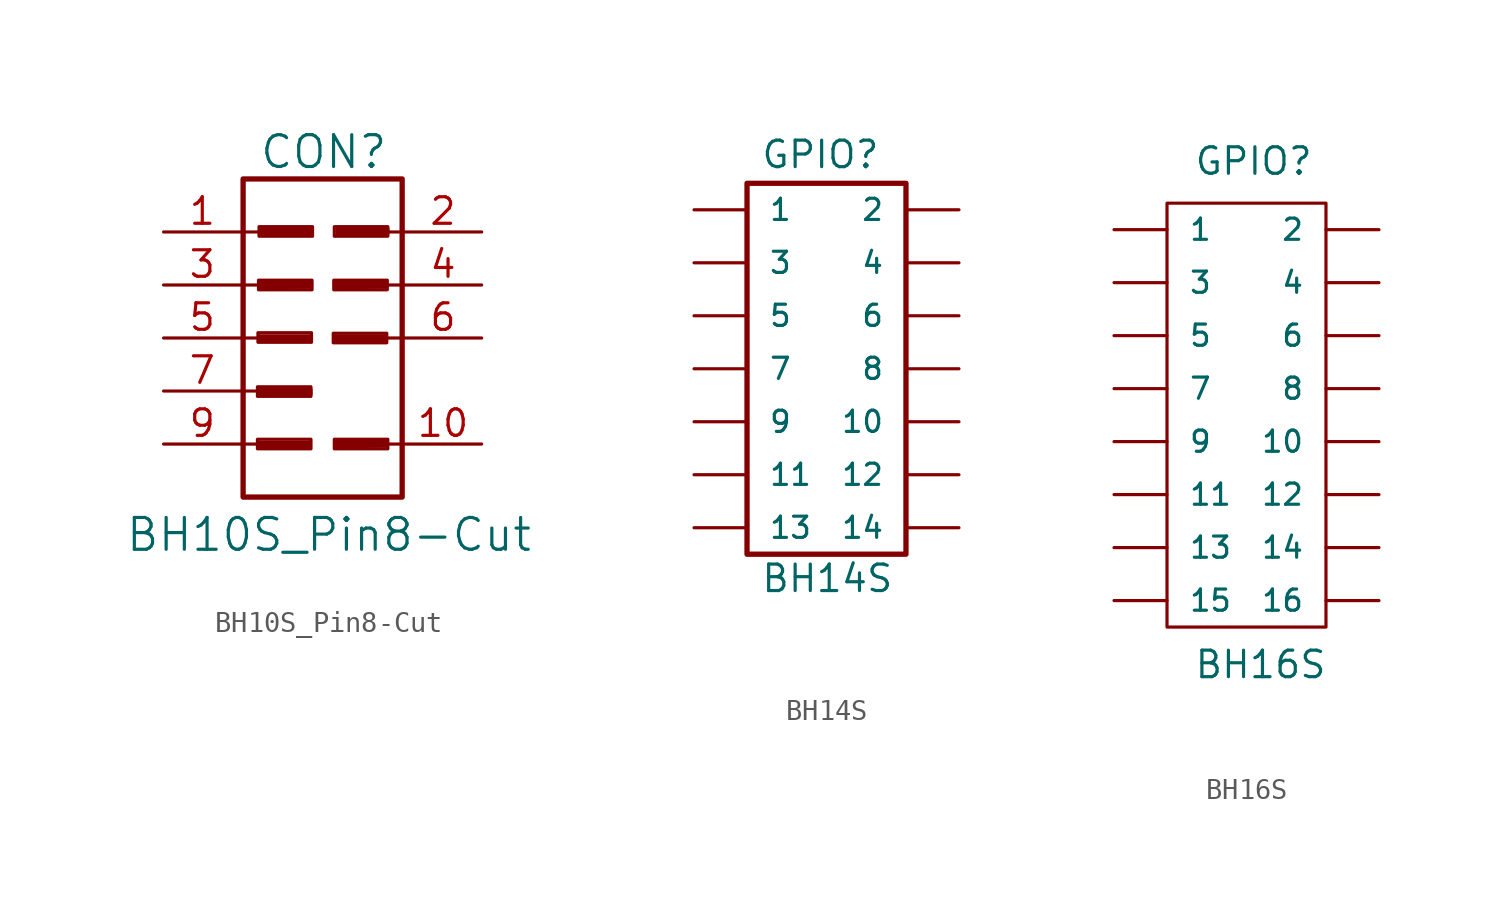
<source format=kicad_sym>
(kicad_symbol_lib
  (version 20211014)
  (generator kicad_symbol_editor)
  (symbol "BH10S_Pin8-Cut"
    (pin_names
      (offset 1.016) hide)
    (property "Reference" "CON"
      (at 0.051 8.915 0)
      (effects (font (size 1.524 1.524))))
    (property "Value" "BH10S_Pin8-Cut"
      (at 0.305 -9.423 0)
      (effects (font (size 1.524 1.524))))
    (property "Datasheet" ""
      (at -0.203 -1.194 0)
      (effects (font (size 1.524 1.524))))
    (symbol "BH10S_Pin8-Cut_0_0"
      (rectangle (start -3.124 -4.851) (end -0.559 -5.309) (stroke (width 0) (type default) (color 0 0 0 0)) (fill (type none)))
      (rectangle (start -3.124 -2.337) (end -0.559 -2.794) (stroke (width 0) (type default) (color 0 0 0 0)) (fill (type none)))
      (rectangle (start -3.099 0.254) (end -0.533 -0.203) (stroke (width 0) (type default) (color 0 0 0 0)) (fill (type none)))
      (rectangle (start -3.073 2.769) (end -0.508 2.311) (stroke (width 0) (type default) (color 0 0 0 0)) (fill (type none)))
      (rectangle (start -3.048 5.334) (end -0.483 4.877) (stroke (width 0) (type default) (color 0 0 0 0)) (fill (type none)))
      (polyline (pts (xy -3.023 -5.004) (xy -0.584 -5.004) (xy -0.584 -5.232) (xy -2.997 -5.258) (xy -3.023 -5.08) (xy -0.711 -5.08) (xy -0.711 -5.156) (xy -2.997 -5.105)) (stroke (width 0) (type default) (color 0 0 0 0)) (fill (type none)))
      (polyline (pts (xy -3.023 0.102) (xy -0.584 0.102) (xy -0.584 -0.127) (xy -2.997 -0.152) (xy -3.023 0.025) (xy -0.711 0.025) (xy -0.711 -0.051) (xy -2.997 0)) (stroke (width 0) (type default) (color 0 0 0 0)) (fill (type none)))
      (polyline (pts (xy -2.997 -2.464) (xy -0.559 -2.464) (xy -0.559 -2.692) (xy -2.972 -2.718) (xy -2.997 -2.54) (xy -0.686 -2.54) (xy -0.686 -2.616) (xy -2.972 -2.565)) (stroke (width 0) (type default) (color 0 0 0 0)) (fill (type none)))
      (polyline (pts (xy -2.972 2.667) (xy -0.533 2.667) (xy -0.533 2.438) (xy -2.946 2.413) (xy -2.972 2.591) (xy -0.66 2.591) (xy -0.66 2.515) (xy -2.946 2.565)) (stroke (width 0) (type default) (color 0 0 0 0)) (fill (type none)))
      (polyline (pts (xy -2.946 5.232) (xy -0.508 5.232) (xy -0.508 5.004) (xy -2.921 4.978) (xy -2.946 5.156) (xy -0.635 5.156) (xy -0.635 5.08) (xy -2.921 5.131)) (stroke (width 0) (type default) (color 0 0 0 0)) (fill (type none)))
      (polyline (pts (xy 0.559 0.102) (xy 2.997 0.102) (xy 2.997 -0.127) (xy 0.584 -0.152) (xy 0.559 0.025) (xy 2.87 0.025) (xy 2.87 -0.051) (xy 0.584 0)) (stroke (width 0) (type default) (color 0 0 0 0)) (fill (type none)))
      (polyline (pts (xy 0.584 2.667) (xy 3.023 2.667) (xy 3.023 2.438) (xy 0.61 2.413) (xy 0.584 2.591) (xy 2.896 2.591) (xy 2.896 2.515) (xy 0.61 2.565)) (stroke (width 0) (type default) (color 0 0 0 0)) (fill (type none)))
      (polyline (pts (xy 0.635 -4.953) (xy 3.073 -4.953) (xy 3.073 -5.182) (xy 0.66 -5.207) (xy 0.635 -5.029) (xy 2.946 -5.029) (xy 2.946 -5.105) (xy 0.66 -5.055)) (stroke (width 0) (type default) (color 0 0 0 0)) (fill (type none)))
      (polyline (pts (xy 0.686 5.232) (xy 3.124 5.232) (xy 3.124 5.004) (xy 0.711 4.978) (xy 0.686 5.156) (xy 2.997 5.156) (xy 2.997 5.08) (xy 0.711 5.131)) (stroke (width 0) (type default) (color 0 0 0 0)) (fill (type none)))
      (rectangle (start 0.508 0.229) (end 3.073 -0.229) (stroke (width 0) (type default) (color 0 0 0 0)) (fill (type none)))
      (rectangle (start 0.533 2.769) (end 3.099 2.311) (stroke (width 0) (type default) (color 0 0 0 0)) (fill (type none)))
      (rectangle (start 0.559 -4.851) (end 3.124 -5.309) (stroke (width 0) (type default) (color 0 0 0 0)) (fill (type none)))
      (rectangle (start 0.559 5.334) (end 3.124 4.877) (stroke (width 0) (type default) (color 0 0 0 0)) (fill (type none))))
    (symbol "BH10S_Pin8-Cut_0_1"
      (rectangle (start -3.81 7.62) (end 3.81 -7.62) (stroke (width 0.254) (type default) (color 0 0 0 0)) (fill (type none)))
      (polyline (pts (xy -3.81 -5.08) (xy -3.048 -5.08)) (stroke (width 0) (type default) (color 0 0 0 0)) (fill (type none)))
      (polyline (pts (xy -3.81 -2.54) (xy -3.048 -2.54)) (stroke (width 0) (type default) (color 0 0 0 0)) (fill (type none)))
      (polyline (pts (xy -3.81 0) (xy -3.048 0)) (stroke (width 0) (type default) (color 0 0 0 0)) (fill (type none)))
      (polyline (pts (xy -3.81 2.54) (xy -3.048 2.54)) (stroke (width 0) (type default) (color 0 0 0 0)) (fill (type none)))
      (polyline (pts (xy -3.81 5.08) (xy -3.048 5.08)) (stroke (width 0) (type default) (color 0 0 0 0)) (fill (type none)))
      (polyline (pts (xy 3.81 -5.08) (xy 3.048 -5.08)) (stroke (width 0) (type default) (color 0 0 0 0)) (fill (type none)))
      (polyline (pts (xy 3.81 0) (xy 3.048 0)) (stroke (width 0) (type default) (color 0 0 0 0)) (fill (type none)))
      (polyline (pts (xy 3.81 2.54) (xy 3.048 2.54)) (stroke (width 0) (type default) (color 0 0 0 0)) (fill (type none)))
      (polyline (pts (xy 3.81 5.08) (xy 3.048 5.08)) (stroke (width 0) (type default) (color 0 0 0 0)) (fill (type none))))
    (symbol "BH10S_Pin8-Cut_1_1"
      (pin passive line (at -7.62 5.08 0) (length 3.708) (name "1" (effects (font (size 1.27 1.27)))) (number "1" (effects (font (size 1.27 1.27)))))
      (pin passive line (at 7.62 -5.08 180) (length 3.708) (name "10" (effects (font (size 1.27 1.27)))) (number "10" (effects (font (size 1.27 1.27)))))
      (pin passive line (at 7.62 5.08 180) (length 3.708) (name "2" (effects (font (size 1.27 1.27)))) (number "2" (effects (font (size 1.27 1.27)))))
      (pin passive line (at -7.62 2.54 0) (length 3.708) (name "3" (effects (font (size 1.27 1.27)))) (number "3" (effects (font (size 1.27 1.27)))))
      (pin passive line (at 7.62 2.54 180) (length 3.708) (name "4" (effects (font (size 1.27 1.27)))) (number "4" (effects (font (size 1.27 1.27)))))
      (pin passive line (at -7.62 0 0) (length 3.708) (name "5" (effects (font (size 1.27 1.27)))) (number "5" (effects (font (size 1.27 1.27)))))
      (pin passive line (at 7.62 0 180) (length 3.708) (name "6" (effects (font (size 1.27 1.27)))) (number "6" (effects (font (size 1.27 1.27)))))
      (pin passive line (at -7.62 -2.54 0) (length 3.708) (name "7" (effects (font (size 1.27 1.27)))) (number "7" (effects (font (size 1.27 1.27)))))
      (pin passive line (at -7.62 -5.08 0) (length 3.708) (name "9" (effects (font (size 1.27 1.27)))) (number "9" (effects (font (size 1.27 1.27)))))))
  (symbol "BH14S"
    (pin_numbers hide)
    (pin_names
      (offset 1.016))
    (property "Reference" "GPIO"
      (at -4.445 9.525 0)
      (effects (font (size 1.27 1.27)) (justify left bottom)))
    (property "Value" "BH14S"
      (at -4.445 -10.795 0)
      (effects (font (size 1.27 1.27)) (justify left bottom)))
    (property "Datasheet" ""
      (at 0 -12.7 0)
      (effects (font (size 1.524 1.524))))
    (property "ki_locked" ""
      (at 0 0 0)
      (effects (font (size 1.27 1.27))))
    (symbol "BH14S_1_0"
      (rectangle (start 2.54 -8.89) (end -5.08 8.89) (stroke (width 0.254) (type default) (color 0 0 0 0)) (fill (type none))))
    (symbol "BH14S_1_1"
      (pin passive line (at -7.62 7.62 0) (length 2.54) (name "1" (effects (font (size 1.016 1.016)))) (number "1" (effects (font (size 1.016 1.016)))))
      (pin passive line (at 5.08 -2.54 180) (length 2.54) (name "10" (effects (font (size 1.016 1.016)))) (number "10" (effects (font (size 1.016 1.016)))))
      (pin passive line (at -7.62 -5.08 0) (length 2.54) (name "11" (effects (font (size 1.016 1.016)))) (number "11" (effects (font (size 1.016 1.016)))))
      (pin passive line (at 5.08 -5.08 180) (length 2.54) (name "12" (effects (font (size 1.016 1.016)))) (number "12" (effects (font (size 1.016 1.016)))))
      (pin passive line (at -7.62 -7.62 0) (length 2.54) (name "13" (effects (font (size 1.016 1.016)))) (number "13" (effects (font (size 1.016 1.016)))))
      (pin passive line (at 5.08 -7.62 180) (length 2.54) (name "14" (effects (font (size 1.016 1.016)))) (number "14" (effects (font (size 1.016 1.016)))))
      (pin passive line (at 5.08 7.62 180) (length 2.54) (name "2" (effects (font (size 1.016 1.016)))) (number "2" (effects (font (size 1.016 1.016)))))
      (pin passive line (at -7.62 5.08 0) (length 2.54) (name "3" (effects (font (size 1.016 1.016)))) (number "3" (effects (font (size 1.016 1.016)))))
      (pin passive line (at 5.08 5.08 180) (length 2.54) (name "4" (effects (font (size 1.016 1.016)))) (number "4" (effects (font (size 1.016 1.016)))))
      (pin passive line (at -7.62 2.54 0) (length 2.54) (name "5" (effects (font (size 1.016 1.016)))) (number "5" (effects (font (size 1.016 1.016)))))
      (pin passive line (at 5.08 2.54 180) (length 2.54) (name "6" (effects (font (size 1.016 1.016)))) (number "6" (effects (font (size 1.016 1.016)))))
      (pin passive line (at -7.62 0 0) (length 2.54) (name "7" (effects (font (size 1.016 1.016)))) (number "7" (effects (font (size 1.016 1.016)))))
      (pin passive line (at 5.08 0 180) (length 2.54) (name "8" (effects (font (size 1.016 1.016)))) (number "8" (effects (font (size 1.016 1.016)))))
      (pin passive line (at -7.62 -2.54 0) (length 2.54) (name "9" (effects (font (size 1.016 1.016)))) (number "9" (effects (font (size 1.016 1.016)))))))
  (symbol "BH16S"
    (pin_numbers hide)
    (pin_names
      (offset 1.016))
    (property "Reference" "GPIO"
      (at -3.81 11.43 0)
      (effects (font (size 1.27 1.27)) (justify left bottom)))
    (property "Value" "BH16S"
      (at -3.81 -12.7 0)
      (effects (font (size 1.27 1.27)) (justify left bottom)))
    (property "Datasheet" ""
      (at 1.27 -13.97 0)
      (effects (font (size 1.524 1.524))))
    (property "ki_locked" ""
      (at 0 0 0)
      (effects (font (size 1.27 1.27))))
    (symbol "BH16S_1_1"
      (rectangle (start -5.08 10.16) (end 2.54 -10.16) (stroke (width 0) (type default) (color 0 0 0 0)) (fill (type none)))
      (pin passive line (at -7.62 8.89 0) (length 2.54) (name "1" (effects (font (size 1.016 1.016)))) (number "1" (effects (font (size 1.016 1.016)))))
      (pin passive line (at 5.08 -1.27 180) (length 2.54) (name "10" (effects (font (size 1.016 1.016)))) (number "10" (effects (font (size 1.016 1.016)))))
      (pin passive line (at -7.62 -3.81 0) (length 2.54) (name "11" (effects (font (size 1.016 1.016)))) (number "11" (effects (font (size 1.016 1.016)))))
      (pin passive line (at 5.08 -3.81 180) (length 2.54) (name "12" (effects (font (size 1.016 1.016)))) (number "12" (effects (font (size 1.016 1.016)))))
      (pin passive line (at -7.62 -6.35 0) (length 2.54) (name "13" (effects (font (size 1.016 1.016)))) (number "13" (effects (font (size 1.016 1.016)))))
      (pin passive line (at 5.08 -6.35 180) (length 2.54) (name "14" (effects (font (size 1.016 1.016)))) (number "14" (effects (font (size 1.016 1.016)))))
      (pin passive line (at -7.62 -8.89 0) (length 2.54) (name "15" (effects (font (size 1.016 1.016)))) (number "15" (effects (font (size 1.016 1.016)))))
      (pin passive line (at 5.08 -8.89 180) (length 2.54) (name "16" (effects (font (size 1.016 1.016)))) (number "16" (effects (font (size 1.016 1.016)))))
      (pin passive line (at 5.08 8.89 180) (length 2.54) (name "2" (effects (font (size 1.016 1.016)))) (number "2" (effects (font (size 1.016 1.016)))))
      (pin passive line (at -7.62 6.35 0) (length 2.54) (name "3" (effects (font (size 1.016 1.016)))) (number "3" (effects (font (size 1.016 1.016)))))
      (pin passive line (at 5.08 6.35 180) (length 2.54) (name "4" (effects (font (size 1.016 1.016)))) (number "4" (effects (font (size 1.016 1.016)))))
      (pin passive line (at -7.62 3.81 0) (length 2.54) (name "5" (effects (font (size 1.016 1.016)))) (number "5" (effects (font (size 1.016 1.016)))))
      (pin passive line (at 5.08 3.81 180) (length 2.54) (name "6" (effects (font (size 1.016 1.016)))) (number "6" (effects (font (size 1.016 1.016)))))
      (pin passive line (at -7.62 1.27 0) (length 2.54) (name "7" (effects (font (size 1.016 1.016)))) (number "7" (effects (font (size 1.016 1.016)))))
      (pin passive line (at 5.08 1.27 180) (length 2.54) (name "8" (effects (font (size 1.016 1.016)))) (number "8" (effects (font (size 1.016 1.016)))))
      (pin passive line (at -7.62 -1.27 0) (length 2.54) (name "9" (effects (font (size 1.016 1.016)))) (number "9" (effects (font (size 1.016 1.016))))))))
</source>
